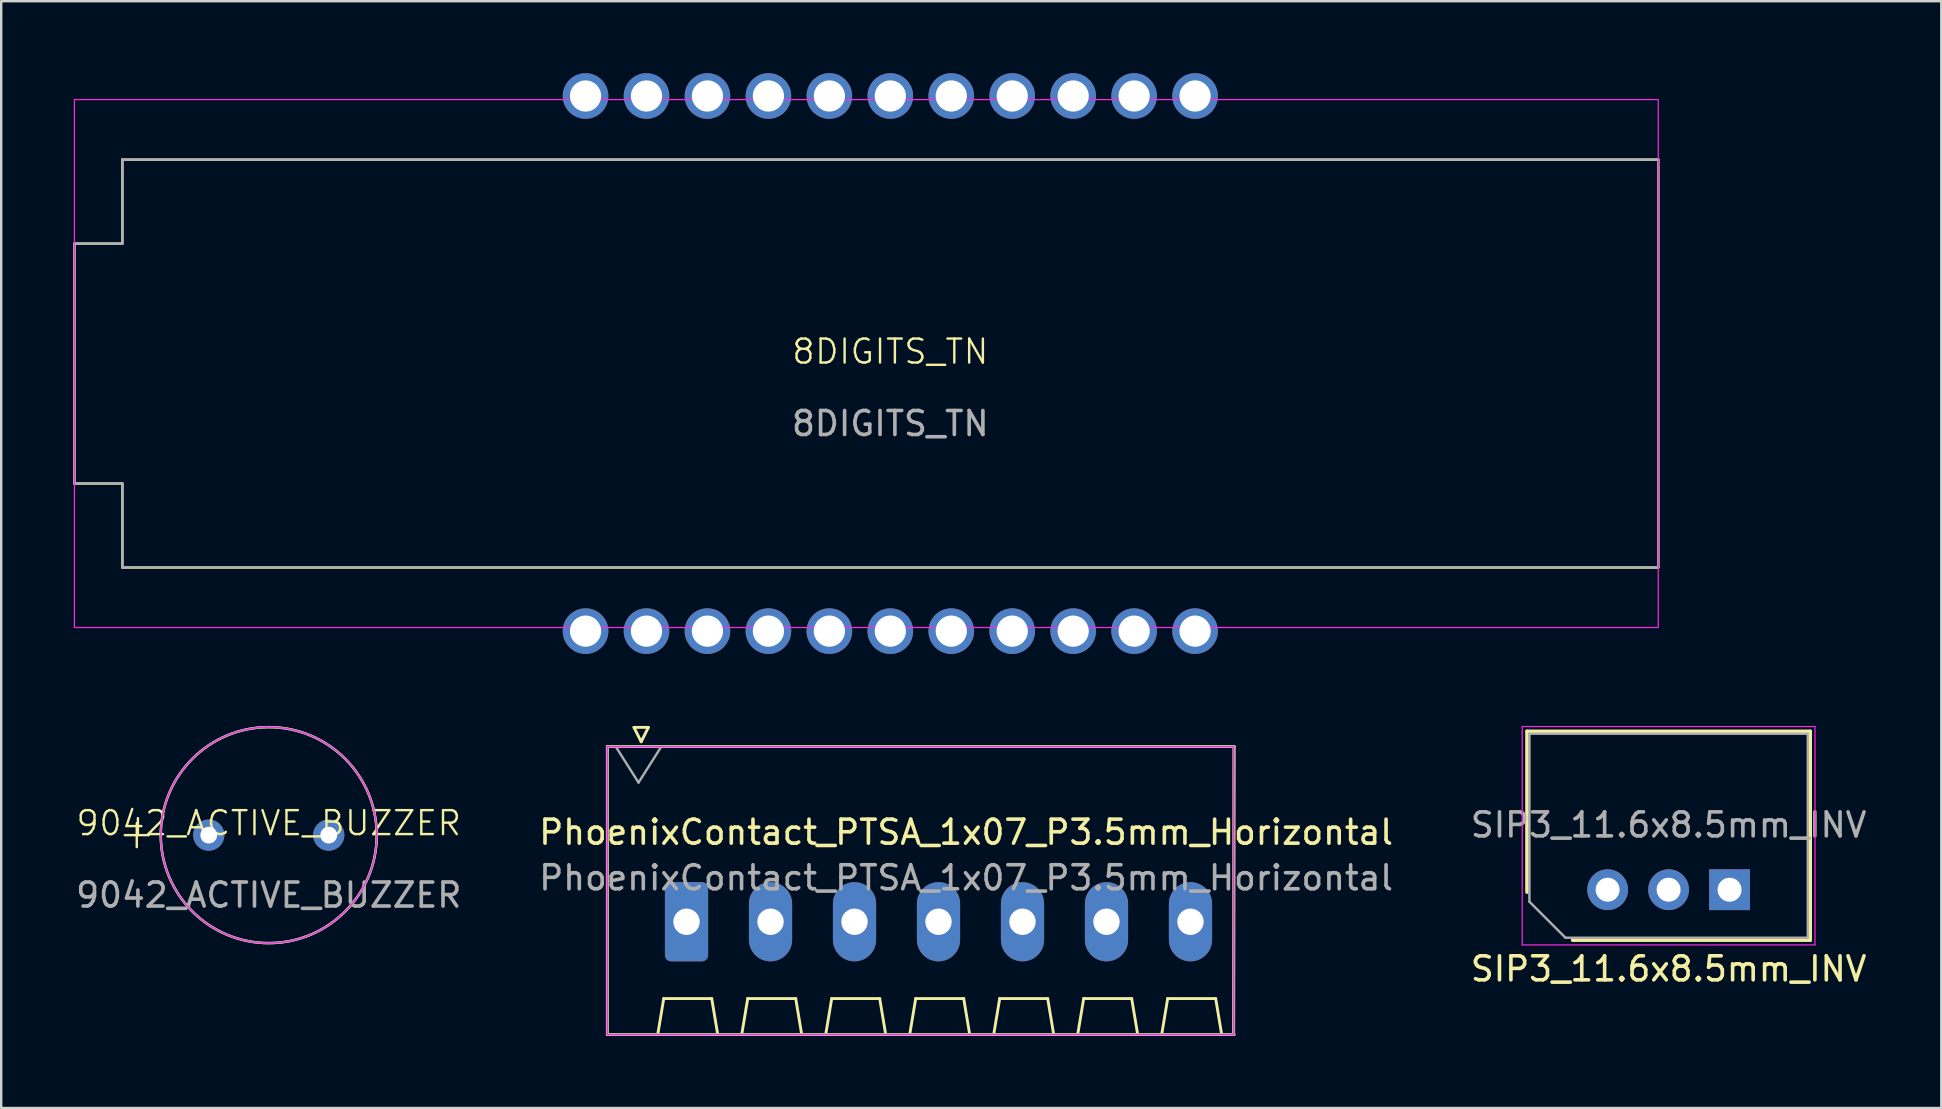
<source format=kicad_pcb>
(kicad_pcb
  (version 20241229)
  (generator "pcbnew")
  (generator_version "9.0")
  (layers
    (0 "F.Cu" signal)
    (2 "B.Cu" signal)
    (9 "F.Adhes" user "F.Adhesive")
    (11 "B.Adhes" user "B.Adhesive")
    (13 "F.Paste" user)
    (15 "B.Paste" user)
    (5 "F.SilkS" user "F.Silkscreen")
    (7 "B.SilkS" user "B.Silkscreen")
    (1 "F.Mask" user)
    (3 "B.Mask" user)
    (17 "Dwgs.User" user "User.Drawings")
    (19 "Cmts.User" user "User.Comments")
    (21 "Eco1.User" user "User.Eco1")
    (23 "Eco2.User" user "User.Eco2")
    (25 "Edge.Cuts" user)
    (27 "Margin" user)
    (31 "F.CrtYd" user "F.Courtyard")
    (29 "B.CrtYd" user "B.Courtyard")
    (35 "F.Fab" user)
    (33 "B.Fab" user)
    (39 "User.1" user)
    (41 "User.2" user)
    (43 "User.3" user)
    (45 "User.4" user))
  (footprint "PhoenixContact_PTSA_1x07_P3.5mm_Horizontal"
    (layer "F.Cu")
    (at 25.558 35.36)
    (property "Reference" "PhoenixContact_PTSA_1x07_P3.5mm_Horizontal" (at 11.65 -3.73 0) (layer "F.SilkS") (effects (font (size 1 1) (thickness 0.15))))
    (attr through_hole)
    (fp_line (start -3.3 -7.3) (end 22.82 -7.3) (stroke (width 0.12) (type solid)) (layer "F.SilkS"))
    (fp_line (start -3.3 4.7) (end -3.3 -7.3) (stroke (width 0.12) (type solid)) (layer "F.SilkS"))
    (fp_line (start -2.19 -8.1) (end -1.89 -7.5) (stroke (width 0.12) (type solid)) (layer "F.SilkS"))
    (fp_line (start -2.19 -8.1) (end -1.59 -8.1) (stroke (width 0.12) (type solid)) (layer "F.SilkS"))
    (fp_line (start -1.59 -8.1) (end -1.89 -7.5) (stroke (width 0.12) (type solid)) (layer "F.SilkS"))
    (fp_line (start -1.2 4.7) (end -0.95 3.2) (stroke (width 0.12) (type solid)) (layer "F.SilkS"))
    (fp_line (start -0.95 3.2) (end 1.05 3.2) (stroke (width 0.12) (type solid)) (layer "F.SilkS"))
    (fp_line (start 1.3 4.7) (end 1.05 3.2) (stroke (width 0.12) (type solid)) (layer "F.SilkS"))
    (fp_line (start 2.3 4.7) (end 2.55 3.2) (stroke (width 0.12) (type solid)) (layer "F.SilkS"))
    (fp_line (start 2.55 3.2) (end 4.55 3.2) (stroke (width 0.12) (type solid)) (layer "F.SilkS"))
    (fp_line (start 4.8 4.7) (end 4.55 3.2) (stroke (width 0.12) (type solid)) (layer "F.SilkS"))
    (fp_line (start 5.8 4.7) (end 6.05 3.2) (stroke (width 0.12) (type solid)) (layer "F.SilkS"))
    (fp_line (start 6.05 3.2) (end 8.05 3.2) (stroke (width 0.12) (type solid)) (layer "F.SilkS"))
    (fp_line (start 8.3 4.7) (end 8.05 3.2) (stroke (width 0.12) (type solid)) (layer "F.SilkS"))
    (fp_line (start 9.3 4.7) (end 9.55 3.2) (stroke (width 0.12) (type solid)) (layer "F.SilkS"))
    (fp_line (start 9.55 3.2) (end 11.55 3.2) (stroke (width 0.12) (type solid)) (layer "F.SilkS"))
    (fp_line (start 11.8 4.7) (end 11.55 3.2) (stroke (width 0.12) (type solid)) (layer "F.SilkS"))
    (fp_line (start 12.8 4.7) (end 13.05 3.2) (stroke (width 0.12) (type solid)) (layer "F.SilkS"))
    (fp_line (start 13.05 3.2) (end 15.05 3.2) (stroke (width 0.12) (type solid)) (layer "F.SilkS"))
    (fp_line (start 15.3 4.7) (end 15.05 3.2) (stroke (width 0.12) (type solid)) (layer "F.SilkS"))
    (fp_line (start 16.3 4.7) (end 16.55 3.2) (stroke (width 0.12) (type solid)) (layer "F.SilkS"))
    (fp_line (start 16.55 3.2) (end 18.55 3.2) (stroke (width 0.12) (type solid)) (layer "F.SilkS"))
    (fp_line (start 18.8 4.7) (end 18.55 3.2) (stroke (width 0.12) (type solid)) (layer "F.SilkS"))
    (fp_line (start 19.8 4.7) (end 20.05 3.2) (stroke (width 0.12) (type solid)) (layer "F.SilkS"))
    (fp_line (start 20.05 3.2) (end 22.05 3.2) (stroke (width 0.12) (type solid)) (layer "F.SilkS"))
    (fp_line (start 22.3 4.7) (end 22.05 3.2) (stroke (width 0.12) (type solid)) (layer "F.SilkS"))
    (fp_line (start 22.82 -7.3) (end 22.8 4.7) (stroke (width 0.12) (type solid)) (layer "F.SilkS"))
    (fp_line (start 22.82 4.7) (end -3.3 4.7) (stroke (width 0.12) (type solid)) (layer "F.SilkS"))
    (fp_line (start -3.3 -7.3) (end -3.3 4.7) (stroke (width 0.05) (type solid)) (layer "F.CrtYd"))
    (fp_line (start -3.3 4.7) (end 22.8 4.7) (stroke (width 0.05) (type solid)) (layer "F.CrtYd"))
    (fp_line (start 22.8 -7.3) (end -3.3 -7.3) (stroke (width 0.05) (type solid)) (layer "F.CrtYd"))
    (fp_line (start 22.8 4.7) (end 22.8 -7.3) (stroke (width 0.05) (type solid)) (layer "F.CrtYd"))
    (fp_line (start -3.3 -7.3) (end -3.3 4.7) (stroke (width 0.1) (type solid)) (layer "F.Fab"))
    (fp_line (start -3.3 4.7) (end 22.8 4.7) (stroke (width 0.1) (type solid)) (layer "F.Fab"))
    (fp_line (start -2.95 -7.3) (end -2 -5.8) (stroke (width 0.1) (type solid)) (layer "F.Fab"))
    (fp_line (start -1.05 -7.3) (end -2 -5.8) (stroke (width 0.1) (type solid)) (layer "F.Fab"))
    (fp_line (start 22.8 -7.3) (end -3.3 -7.3) (stroke (width 0.1) (type solid)) (layer "F.Fab"))
    (fp_line (start 22.8 4.7) (end 22.8 -7.3) (stroke (width 0.1) (type solid)) (layer "F.Fab"))
    (fp_text user "${REFERENCE}" (at 11.65 -1.83 0) (layer "F.Fab") (effects (font (size 1 1) (thickness 0.15))))
    (pad "1" thru_hole roundrect (at 0 0) (size 1.8 3.3) (drill 1.1) (layers "*.Cu" "*.Mask") (roundrect_rratio 0.139))
    (pad "2" thru_hole oval (at 3.5 0) (size 1.8 3.3) (drill 1.1) (layers "*.Cu" "*.Mask"))
    (pad "3" thru_hole oval (at 7 0) (size 1.8 3.3) (drill 1.1) (layers "*.Cu" "*.Mask"))
    (pad "4" thru_hole oval (at 10.5 0) (size 1.8 3.3) (drill 1.1) (layers "*.Cu" "*.Mask"))
    (pad "5" thru_hole oval (at 14 0) (size 1.8 3.3) (drill 1.1) (layers "*.Cu" "*.Mask"))
    (pad "6" thru_hole oval (at 17.5 0) (size 1.8 3.3) (drill 1.1) (layers "*.Cu" "*.Mask"))
    (pad "7" thru_hole oval (at 21 0) (size 1.8 3.3) (drill 1.1) (layers "*.Cu" "*.Mask")))
  (footprint "9042_ACTIVE_BUZZER"
    (layer "F.Cu")
    (at 8.149 31.75)
    (property "Reference" "9042_ACTIVE_BUZZER" (at 0 -0.5 0) (unlocked yes) (layer "F.SilkS") (effects (font (size 1 1) (thickness 0.1))))
    (attr through_hole)
    (fp_line (start -6 0) (end -5 0) (stroke (width 0.1) (type default)) (layer "F.SilkS"))
    (fp_line (start -5.5 -0.5) (end -5.5 0.5) (stroke (width 0.1) (type default)) (layer "F.SilkS"))
    (fp_circle (center 0 0) (end 4.5 0) (stroke (width 0.1) (type default)) (fill no) (layer "F.SilkS"))
    (fp_circle (center 0 0) (end 4.5 0) (stroke (width 0.05) (type default)) (fill no) (layer "F.CrtYd"))
    (fp_circle (center 0 0) (end 4.5 0) (stroke (width 0.1) (type default)) (fill no) (layer "F.Fab"))
    (fp_text user "${REFERENCE}" (at 0 2.5 0) (unlocked yes) (layer "F.Fab") (effects (font (size 1 1) (thickness 0.15))))
    (pad "1" thru_hole circle (at -2.5 0) (size 1.3 1.3) (drill 0.7) (layers "*.Cu" "*.Mask"))
    (pad "2" thru_hole circle (at 2.5 0) (size 1.3 1.3) (drill 0.7) (layers "*.Cu" "*.Mask")))
  (footprint "SIP3_11.6x8.5mm_INV"
    (layer "F.Cu")
    (at 63.942 34.025)
    (property "Reference" "SIP3_11.6x8.5mm_INV" (at 2.54 3.3 180) (layer "F.SilkS") (effects (font (size 1 1) (thickness 0.15))))
    (attr through_hole)
    (fp_line (start -3.36 -6.6) (end 8.44 -6.6) (stroke (width 0.15) (type solid)) (layer "F.SilkS"))
    (fp_line (start -3.36 0.1) (end -3.36 -6.6) (stroke (width 0.15) (type solid)) (layer "F.SilkS"))
    (fp_line (start -1.46 2.1) (end 8.44 2.1) (stroke (width 0.15) (type solid)) (layer "F.SilkS"))
    (fp_line (start 8.44 -6.6) (end 8.44 2.1) (stroke (width 0.15) (type solid)) (layer "F.SilkS"))
    (fp_line (start -3.56 2.3) (end -3.56 -6.8) (stroke (width 0.05) (type solid)) (layer "F.CrtYd"))
    (fp_line (start 8.64 -6.8) (end -3.56 -6.8) (stroke (width 0.05) (type solid)) (layer "F.CrtYd"))
    (fp_line (start 8.64 2.3) (end -3.56 2.3) (stroke (width 0.05) (type solid)) (layer "F.CrtYd"))
    (fp_line (start 8.64 2.3) (end 8.64 -6.8) (stroke (width 0.05) (type solid)) (layer "F.CrtYd"))
    (fp_line (start -3.26 -6.5) (end -3.26 0.5) (stroke (width 0.1) (type solid)) (layer "F.Fab"))
    (fp_line (start -3.26 0.5) (end -1.76 2) (stroke (width 0.1) (type solid)) (layer "F.Fab"))
    (fp_line (start 8.34 -6.5) (end -3.26 -6.5) (stroke (width 0.1) (type solid)) (layer "F.Fab"))
    (fp_line (start 8.34 2) (end -1.76 2) (stroke (width 0.1) (type solid)) (layer "F.Fab"))
    (fp_line (start 8.34 2) (end 8.34 -6.5) (stroke (width 0.1) (type solid)) (layer "F.Fab"))
    (fp_text user "${REFERENCE}" (at 2.54 -2.7 180) (layer "F.Fab") (effects (font (size 1 1) (thickness 0.15))))
    (pad "1" thru_hole rect (at 5.08 0 270) (size 1.7 1.7) (drill 1) (layers "*.Cu" "*.Mask"))
    (pad "2" thru_hole circle (at 2.54 0 180) (size 1.7 1.7) (drill 1) (layers "*.Cu" "*.Mask"))
    (pad "3" thru_hole circle (at 0 0 270) (size 1.7 1.7) (drill 1) (layers "*.Cu" "*.Mask")))
  (footprint "8DIGITS_TN"
    (layer "F.Cu")
    (at 34.05 12.1)
    (property "Reference" "8DIGITS_TN" (at 0 -0.5 0) (unlocked yes) (layer "F.SilkS") (effects (font (size 1 1) (thickness 0.1))))
    (attr through_hole)
    (fp_line (start -34 -5) (end -34 5) (stroke (width 0.1) (type default)) (layer "F.SilkS"))
    (fp_line (start -34 5) (end -32 5) (stroke (width 0.1) (type default)) (layer "F.SilkS"))
    (fp_line (start -32 -8.5) (end -32 -5) (stroke (width 0.1) (type default)) (layer "F.SilkS"))
    (fp_line (start -32 -8.5) (end 32 -8.5) (stroke (width 0.1) (type default)) (layer "F.SilkS"))
    (fp_line (start -32 -5) (end -34 -5) (stroke (width 0.1) (type default)) (layer "F.SilkS"))
    (fp_line (start -32 5) (end -32 8.5) (stroke (width 0.1) (type default)) (layer "F.SilkS"))
    (fp_line (start 32 -8.5) (end 32 8.5) (stroke (width 0.1) (type default)) (layer "F.SilkS"))
    (fp_line (start 32 8.5) (end -32 8.5) (stroke (width 0.1) (type default)) (layer "F.SilkS"))
    (fp_rect (start -34 -11) (end 32 11) (stroke (width 0.05) (type default)) (fill no) (layer "F.CrtYd"))
    (fp_line (start -34 -5) (end -34 5) (stroke (width 0.1) (type default)) (layer "F.Fab"))
    (fp_line (start -34 5) (end -32 5) (stroke (width 0.1) (type default)) (layer "F.Fab"))
    (fp_line (start -32 -8.5) (end -32 -5) (stroke (width 0.1) (type default)) (layer "F.Fab"))
    (fp_line (start -32 -8.5) (end 32 -8.5) (stroke (width 0.1) (type default)) (layer "F.Fab"))
    (fp_line (start -32 -5) (end -34 -5) (stroke (width 0.1) (type default)) (layer "F.Fab"))
    (fp_line (start -32 5) (end -32 8.5) (stroke (width 0.1) (type default)) (layer "F.Fab"))
    (fp_line (start 32 -8.5) (end 32 8.5) (stroke (width 0.1) (type default)) (layer "F.Fab"))
    (fp_line (start 32 8.5) (end -32 8.5) (stroke (width 0.1) (type default)) (layer "F.Fab"))
    (fp_text user "${REFERENCE}" (at 0 2.5 0) (unlocked yes) (layer "F.Fab") (effects (font (size 1 1) (thickness 0.15))))
    (pad "1" thru_hole circle (at -12.7 11.15) (size 1.9 1.9) (drill 1.3) (layers "*.Cu" "*.Mask"))
    (pad "2" thru_hole circle (at -10.16 11.15) (size 1.9 1.9) (drill 1.3) (layers "*.Cu" "*.Mask"))
    (pad "3" thru_hole circle (at -7.62 11.15) (size 1.9 1.9) (drill 1.3) (layers "*.Cu" "*.Mask"))
    (pad "4" thru_hole circle (at -5.08 11.15) (size 1.9 1.9) (drill 1.3) (layers "*.Cu" "*.Mask"))
    (pad "5" thru_hole circle (at -2.54 11.15) (size 1.9 1.9) (drill 1.3) (layers "*.Cu" "*.Mask"))
    (pad "6" thru_hole circle (at 0 11.15) (size 1.9 1.9) (drill 1.3) (layers "*.Cu" "*.Mask"))
    (pad "7" thru_hole circle (at 2.54 11.15) (size 1.9 1.9) (drill 1.3) (layers "*.Cu" "*.Mask"))
    (pad "8" thru_hole circle (at 5.08 11.15) (size 1.9 1.9) (drill 1.3) (layers "*.Cu" "*.Mask"))
    (pad "9" thru_hole circle (at 7.62 11.15) (size 1.9 1.9) (drill 1.3) (layers "*.Cu" "*.Mask"))
    (pad "10" thru_hole circle (at 10.16 11.15) (size 1.9 1.9) (drill 1.3) (layers "*.Cu" "*.Mask"))
    (pad "11" thru_hole circle (at 12.7 11.15) (size 1.9 1.9) (drill 1.3) (layers "*.Cu" "*.Mask"))
    (pad "12" thru_hole circle (at 12.7 -11.15) (size 1.9 1.9) (drill 1.3) (layers "*.Cu" "*.Mask"))
    (pad "13" thru_hole circle (at 10.16 -11.15) (size 1.9 1.9) (drill 1.3) (layers "*.Cu" "*.Mask"))
    (pad "14" thru_hole circle (at 7.62 -11.15) (size 1.9 1.9) (drill 1.3) (layers "*.Cu" "*.Mask"))
    (pad "15" thru_hole circle (at 5.08 -11.15) (size 1.9 1.9) (drill 1.3) (layers "*.Cu" "*.Mask"))
    (pad "16" thru_hole circle (at 2.54 -11.15) (size 1.9 1.9) (drill 1.3) (layers "*.Cu" "*.Mask"))
    (pad "17" thru_hole circle (at 0 -11.15) (size 1.9 1.9) (drill 1.3) (layers "*.Cu" "*.Mask"))
    (pad "18" thru_hole circle (at -2.54 -11.15) (size 1.9 1.9) (drill 1.3) (layers "*.Cu" "*.Mask"))
    (pad "19" thru_hole circle (at -5.08 -11.15) (size 1.9 1.9) (drill 1.3) (layers "*.Cu" "*.Mask"))
    (pad "20" thru_hole circle (at -7.62 -11.15) (size 1.9 1.9) (drill 1.3) (layers "*.Cu" "*.Mask"))
    (pad "21" thru_hole circle (at -10.16 -11.15) (size 1.9 1.9) (drill 1.3) (layers "*.Cu" "*.Mask"))
    (pad "22" thru_hole circle (at -12.7 -11.15) (size 1.9 1.9) (drill 1.3) (layers "*.Cu" "*.Mask")))
  (gr_rect
    (start -3 -3)
    (end 77.845 43.12)
    (stroke (width 0.1) (type default))
    (fill no)
    (layer "Edge.Cuts")))
</source>
